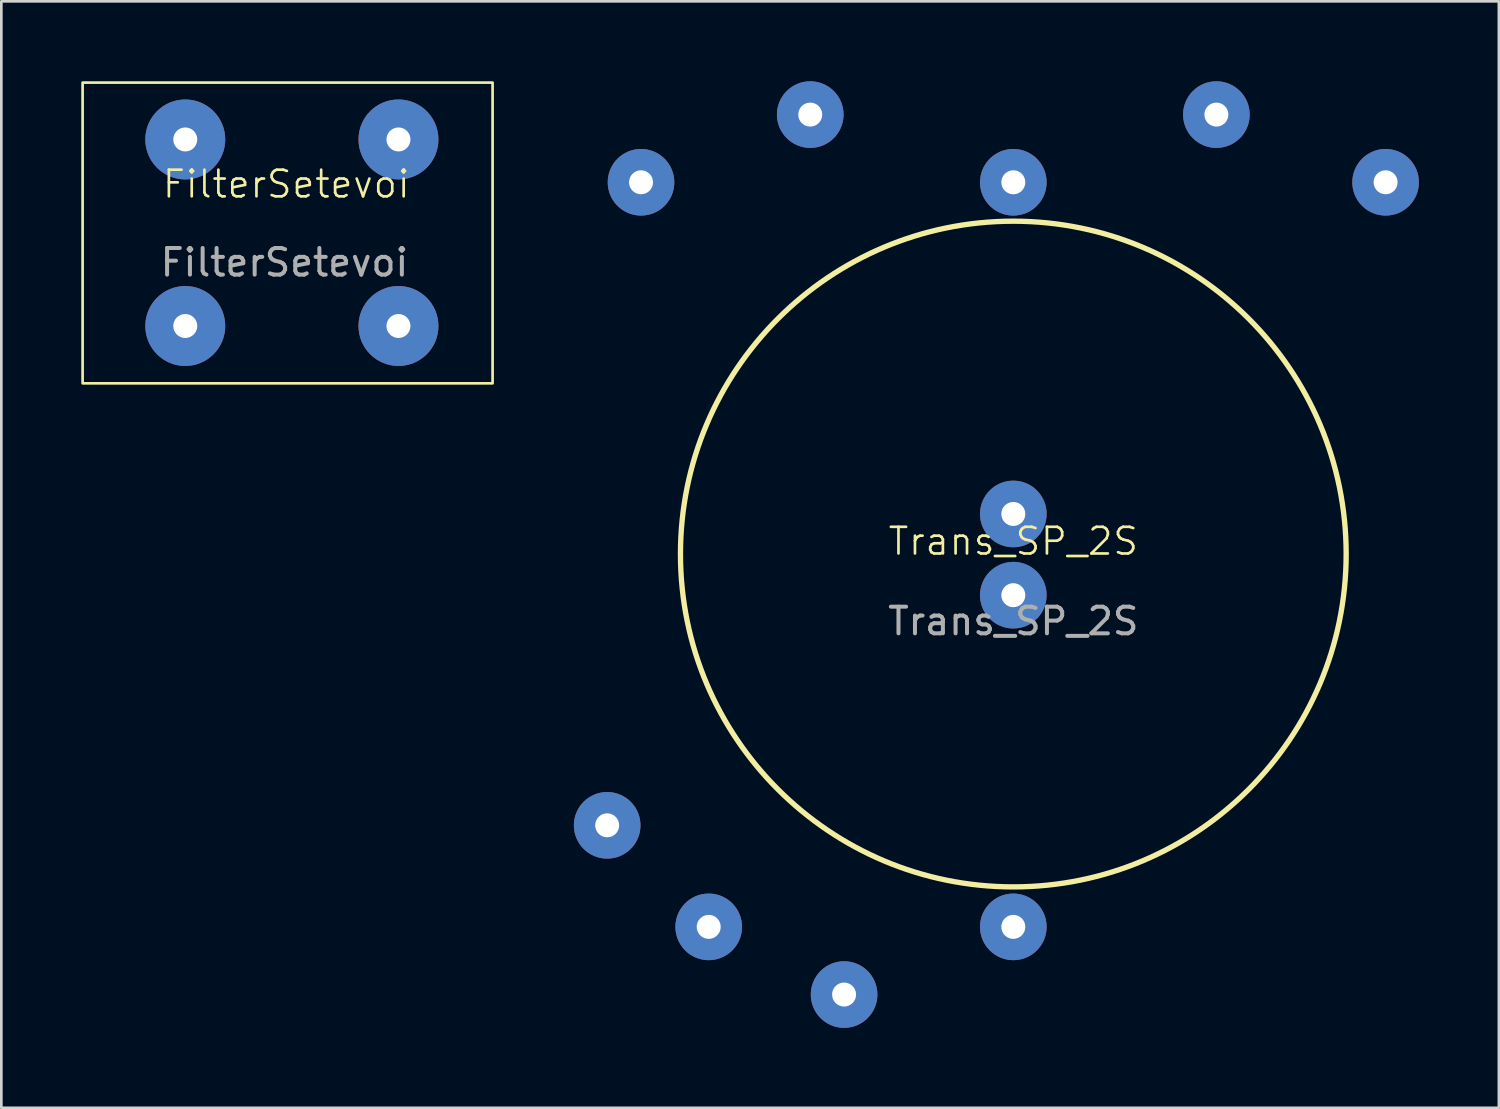
<source format=kicad_pcb>
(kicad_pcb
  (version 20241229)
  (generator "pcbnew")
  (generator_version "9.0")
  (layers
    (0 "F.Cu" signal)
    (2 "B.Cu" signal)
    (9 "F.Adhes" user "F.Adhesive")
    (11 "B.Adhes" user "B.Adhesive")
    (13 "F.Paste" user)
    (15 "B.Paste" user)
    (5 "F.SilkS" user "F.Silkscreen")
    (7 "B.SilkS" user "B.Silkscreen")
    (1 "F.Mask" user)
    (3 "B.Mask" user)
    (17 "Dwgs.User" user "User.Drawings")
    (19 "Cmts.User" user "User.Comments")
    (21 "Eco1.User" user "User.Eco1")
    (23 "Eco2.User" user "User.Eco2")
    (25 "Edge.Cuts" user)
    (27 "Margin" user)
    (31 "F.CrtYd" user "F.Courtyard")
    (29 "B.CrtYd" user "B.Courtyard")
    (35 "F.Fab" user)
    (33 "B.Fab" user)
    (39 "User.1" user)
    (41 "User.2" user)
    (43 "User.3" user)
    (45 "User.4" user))
  (footprint "Trans_SP_2S"
    (layer "F.Cu")
    (at 34.974 17.76)
    (property "Reference" "Trans_SP_2S" (at 0 -0.5 0) (unlocked yes) (layer "F.SilkS") (effects (font (size 1 1) (thickness 0.1))))
    (attr through_hole)
    (fp_circle (center 0 -0.02) (end 12.49 -0.02) (stroke (width 0.2) (type default)) (fill no) (layer "F.SilkS"))
    (fp_text user "${REFERENCE}" (at 0 2.5 0) (unlocked yes) (layer "F.Fab") (effects (font (size 1 1) (thickness 0.15))))
    (pad "1" thru_hole circle (at -11.43 13.97) (size 2.5 2.5) (drill 0.9) (layers "*.Cu" "*.Mask"))
    (pad "2" thru_hole circle (at -15.24 10.16) (size 2.5 2.5) (drill 0.9) (layers "*.Cu" "*.Mask"))
    (pad "3" thru_hole circle (at -6.35 16.51) (size 2.5 2.5) (drill 0.9) (layers "*.Cu" "*.Mask"))
    (pad "4" thru_hole circle (at -13.97 -13.97) (size 2.5 2.5) (drill 0.9) (layers "*.Cu" "*.Mask"))
    (pad "5" thru_hole circle (at -7.62 -16.51) (size 2.5 2.5) (drill 0.9) (layers "*.Cu" "*.Mask"))
    (pad "6" thru_hole circle (at 7.62 -16.51) (size 2.5 2.5) (drill 0.9) (layers "*.Cu" "*.Mask"))
    (pad "7" thru_hole circle (at 13.97 -13.97) (size 2.5 2.5) (drill 0.9) (layers "*.Cu" "*.Mask"))
    (pad "8" thru_hole circle (at 0 -1.524) (size 2.5 2.5) (drill 0.9) (layers "*.Cu" "*.Mask"))
    (pad "9" thru_hole circle (at 0 1.524) (size 2.5 2.5) (drill 0.9) (layers "*.Cu" "*.Mask"))
    (pad "10" thru_hole circle (at 0 13.97) (size 2.5 2.5) (drill 0.9) (layers "*.Cu" "*.Mask"))
    (pad "11" thru_hole circle (at 0 -13.97) (size 2.5 2.5) (drill 0.9) (layers "*.Cu" "*.Mask")))
  (footprint "FilterSetevoi"
    (layer "F.Cu")
    (at 3.902 2.183)
    (property "Reference" "FilterSetevoi" (at 3.79 1.676 0) (unlocked yes) (layer "F.SilkS") (effects (font (size 1 1) (thickness 0.1))))
    (attr through_hole)
    (fp_rect (start -3.852 -2.133) (end 11.532 9.151) (stroke (width 0.1) (type default)) (fill no) (layer "F.SilkS"))
    (fp_text user "${REFERENCE}" (at 3.723 4.617 0) (unlocked yes) (layer "F.Fab") (effects (font (size 1 1) (thickness 0.15))))
    (pad "1" thru_hole circle (at 0 0) (size 3 3) (drill 0.9) (layers "*.Cu" "*.Mask"))
    (pad "2" thru_hole circle (at 0 7) (size 3 3) (drill 0.9) (layers "*.Cu" "*.Mask"))
    (pad "3" thru_hole circle (at 8 0) (size 3 3) (drill 0.9) (layers "*.Cu" "*.Mask"))
    (pad "4" thru_hole circle (at 8 7) (size 3 3) (drill 0.9) (layers "*.Cu" "*.Mask")))
  (gr_rect
    (start -3 -3)
    (end 53.194 38.52)
    (stroke (width 0.1) (type default))
    (fill no)
    (layer "Edge.Cuts")))
</source>
